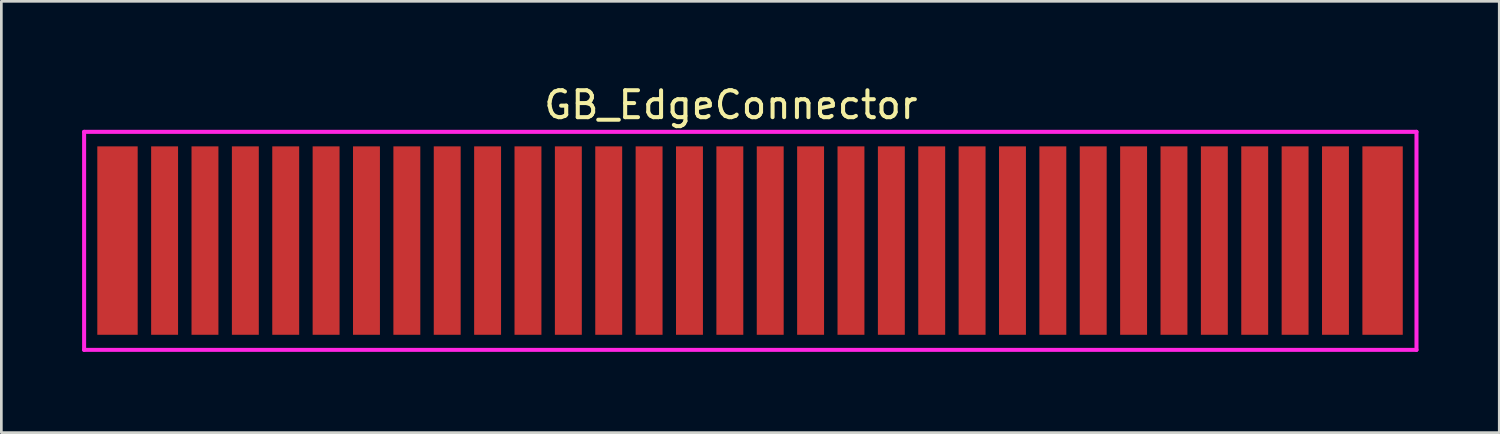
<source format=kicad_pcb>
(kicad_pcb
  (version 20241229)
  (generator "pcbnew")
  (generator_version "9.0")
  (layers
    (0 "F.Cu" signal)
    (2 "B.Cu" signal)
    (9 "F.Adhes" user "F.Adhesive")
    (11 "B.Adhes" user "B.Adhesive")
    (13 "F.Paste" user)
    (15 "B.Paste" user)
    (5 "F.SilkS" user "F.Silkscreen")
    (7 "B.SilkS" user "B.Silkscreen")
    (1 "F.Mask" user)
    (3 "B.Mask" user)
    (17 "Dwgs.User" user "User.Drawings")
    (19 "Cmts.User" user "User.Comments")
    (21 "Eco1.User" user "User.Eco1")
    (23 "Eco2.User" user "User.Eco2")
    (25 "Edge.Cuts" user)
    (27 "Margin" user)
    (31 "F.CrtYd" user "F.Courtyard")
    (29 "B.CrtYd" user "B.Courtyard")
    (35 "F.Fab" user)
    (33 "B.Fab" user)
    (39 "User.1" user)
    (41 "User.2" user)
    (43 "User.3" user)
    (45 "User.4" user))
  (footprint "GB_EdgeConnector"
    (layer "F.Cu")
    (at 24.075 5.848)
    (property "Reference" "GB_EdgeConnector" (at 0.03 -5 180) (layer "F.SilkS") (effects (font (size 1 1) (thickness 0.15))))
    (attr smd)
    (fp_line (start -24 -4) (end 25.5 -4) (stroke (width 0.15) (type solid)) (layer "F.CrtYd"))
    (fp_line (start -24 4.1) (end -24 -4) (stroke (width 0.15) (type solid)) (layer "F.CrtYd"))
    (fp_line (start 25.5 -4) (end 25.5 4.1) (stroke (width 0.15) (type solid)) (layer "F.CrtYd"))
    (fp_line (start 25.5 4.1) (end -24 4.1) (stroke (width 0.15) (type solid)) (layer "F.CrtYd"))
    (pad "1" smd rect (at -22.76 0.04 90) (size 7 1.5) (layers "F.Cu" "F.Mask" "F.Paste"))
    (pad "2" smd rect (at -21.01 0.04 90) (size 7 1) (layers "F.Cu" "F.Mask" "F.Paste"))
    (pad "3" smd rect (at -19.51 0.04 90) (size 7 1) (layers "F.Cu" "F.Mask" "F.Paste"))
    (pad "4" smd rect (at -18.01 0.04 90) (size 7 1) (layers "F.Cu" "F.Mask" "F.Paste"))
    (pad "5" smd rect (at -16.51 0.04 90) (size 7 1) (layers "F.Cu" "F.Mask" "F.Paste"))
    (pad "6" smd rect (at -15.01 0.04 90) (size 7 1) (layers "F.Cu" "F.Mask" "F.Paste"))
    (pad "7" smd rect (at -13.51 0.04 90) (size 7 1) (layers "F.Cu" "F.Mask" "F.Paste"))
    (pad "8" smd rect (at -12.01 0.04 90) (size 7 1) (layers "F.Cu" "F.Mask" "F.Paste"))
    (pad "9" smd rect (at -10.51 0.04 90) (size 7 1) (layers "F.Cu" "F.Mask" "F.Paste"))
    (pad "10" smd rect (at -9.01 0.04 90) (size 7 1) (layers "F.Cu" "F.Mask" "F.Paste"))
    (pad "11" smd rect (at -7.51 0.04 90) (size 7 1) (layers "F.Cu" "F.Mask" "F.Paste"))
    (pad "12" smd rect (at -6.01 0.04 90) (size 7 1) (layers "F.Cu" "F.Mask" "F.Paste"))
    (pad "13" smd rect (at -4.51 0.04 90) (size 7 1) (layers "F.Cu" "F.Mask" "F.Paste"))
    (pad "14" smd rect (at -3.01 0.04 90) (size 7 1) (layers "F.Cu" "F.Mask" "F.Paste"))
    (pad "15" smd rect (at -1.51 0.04 90) (size 7 1) (layers "F.Cu" "F.Mask" "F.Paste"))
    (pad "16" smd rect (at -0.01 0.04 90) (size 7 1) (layers "F.Cu" "F.Mask" "F.Paste"))
    (pad "17" smd rect (at 1.49 0.04 90) (size 7 1) (layers "F.Cu" "F.Mask" "F.Paste"))
    (pad "18" smd rect (at 2.99 0.04 90) (size 7 1) (layers "F.Cu" "F.Mask" "F.Paste"))
    (pad "19" smd rect (at 4.49 0.04 90) (size 7 1) (layers "F.Cu" "F.Mask" "F.Paste"))
    (pad "20" smd rect (at 5.99 0.04 90) (size 7 1) (layers "F.Cu" "F.Mask" "F.Paste"))
    (pad "21" smd rect (at 7.49 0.04 90) (size 7 1) (layers "F.Cu" "F.Mask" "F.Paste"))
    (pad "22" smd rect (at 8.99 0.04 90) (size 7 1) (layers "F.Cu" "F.Mask" "F.Paste"))
    (pad "23" smd rect (at 10.49 0.04 90) (size 7 1) (layers "F.Cu" "F.Mask" "F.Paste"))
    (pad "24" smd rect (at 11.99 0.04 90) (size 7 1) (layers "F.Cu" "F.Mask" "F.Paste"))
    (pad "25" smd rect (at 13.49 0.04 90) (size 7 1) (layers "F.Cu" "F.Mask" "F.Paste"))
    (pad "26" smd rect (at 14.99 0.04 90) (size 7 1) (layers "F.Cu" "F.Mask" "F.Paste"))
    (pad "27" smd rect (at 16.49 0.04 90) (size 7 1) (layers "F.Cu" "F.Mask" "F.Paste"))
    (pad "28" smd rect (at 17.99 0.04 90) (size 7 1) (layers "F.Cu" "F.Mask" "F.Paste"))
    (pad "29" smd rect (at 19.49 0.04 90) (size 7 1) (layers "F.Cu" "F.Mask" "F.Paste"))
    (pad "30" smd rect (at 20.99 0.04 90) (size 7 1) (layers "F.Cu" "F.Mask" "F.Paste"))
    (pad "31" smd rect (at 22.49 0.04 90) (size 7 1) (layers "F.Cu" "F.Mask" "F.Paste"))
    (pad "32" smd rect (at 24.24 0.04 90) (size 7 1.5) (layers "F.Cu" "F.Mask" "F.Paste")))
  (gr_rect
    (start -3 -3)
    (end 52.65 13.023)
    (stroke (width 0.1) (type default))
    (fill no)
    (layer "Edge.Cuts")))
</source>
